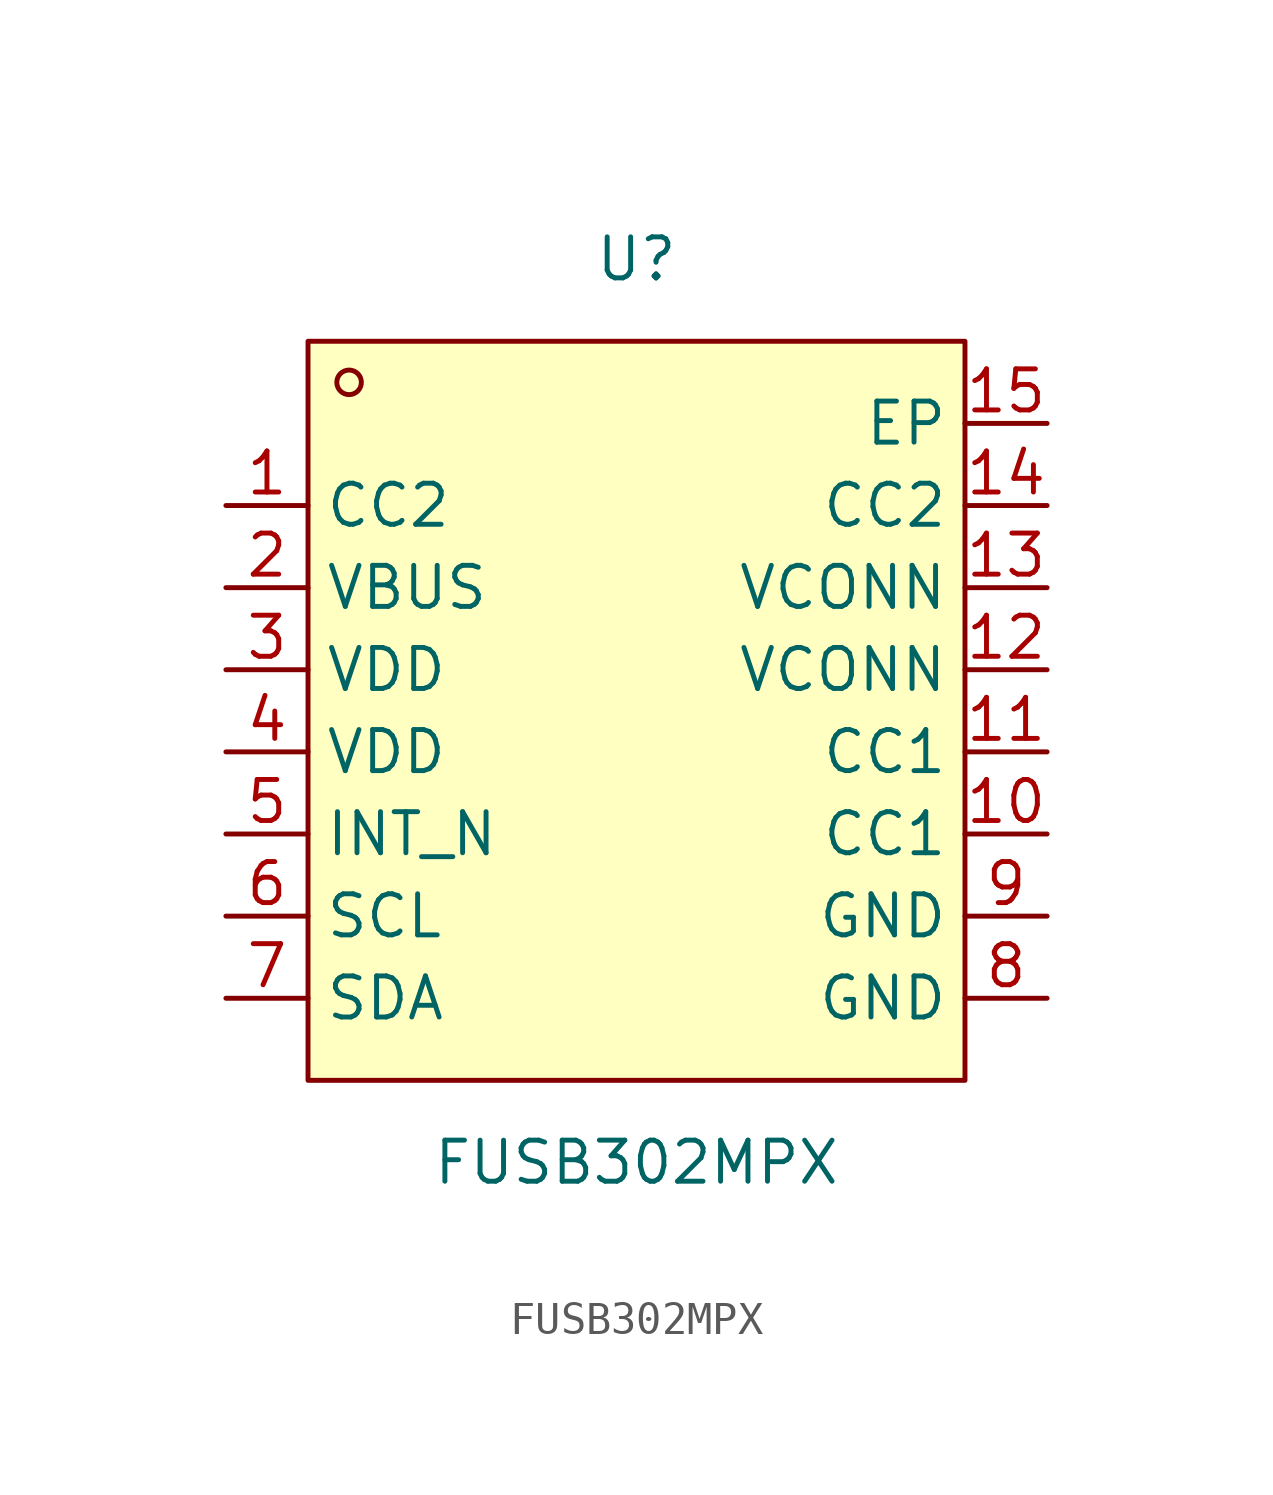
<source format=kicad_sym>
(kicad_symbol_lib
  (version 20211014)
  (generator https://github.com/uPesy/easyeda2kicad.py)
  (symbol "FUSB302MPX"
    (property "Reference" "U"
      (at 0 13.97 0)
      (effects (font (size 1.27 1.27))))
    (property "Value" "FUSB302MPX"
      (at 0 -13.97 0)
      (effects (font (size 1.27 1.27))))
    (symbol "FUSB302MPX_0_1"
      (rectangle (start -10.16 11.43) (end 10.16 -11.43) (stroke (width 0) (type default) (color 0 0 0 0)) (fill (type background)))
      (circle (center -8.89 10.16) (radius 0.38) (stroke (width 0) (type default) (color 0 0 0 0)) (fill (type none)))
      (pin unspecified line (at -12.70 6.35 0) (length 2.54) (name "CC2" (effects (font (size 1.27 1.27)))) (number "1" (effects (font (size 1.27 1.27)))))
      (pin unspecified line (at -12.70 3.81 0) (length 2.54) (name "VBUS" (effects (font (size 1.27 1.27)))) (number "2" (effects (font (size 1.27 1.27)))))
      (pin unspecified line (at -12.70 1.27 0) (length 2.54) (name "VDD" (effects (font (size 1.27 1.27)))) (number "3" (effects (font (size 1.27 1.27)))))
      (pin unspecified line (at -12.70 -1.27 0) (length 2.54) (name "VDD" (effects (font (size 1.27 1.27)))) (number "4" (effects (font (size 1.27 1.27)))))
      (pin unspecified line (at -12.70 -3.81 0) (length 2.54) (name "INT_N" (effects (font (size 1.27 1.27)))) (number "5" (effects (font (size 1.27 1.27)))))
      (pin unspecified line (at -12.70 -6.35 0) (length 2.54) (name "SCL" (effects (font (size 1.27 1.27)))) (number "6" (effects (font (size 1.27 1.27)))))
      (pin unspecified line (at -12.70 -8.89 0) (length 2.54) (name "SDA" (effects (font (size 1.27 1.27)))) (number "7" (effects (font (size 1.27 1.27)))))
      (pin unspecified line (at 12.70 -8.89 180) (length 2.54) (name "GND" (effects (font (size 1.27 1.27)))) (number "8" (effects (font (size 1.27 1.27)))))
      (pin unspecified line (at 12.70 -6.35 180) (length 2.54) (name "GND" (effects (font (size 1.27 1.27)))) (number "9" (effects (font (size 1.27 1.27)))))
      (pin unspecified line (at 12.70 -3.81 180) (length 2.54) (name "CC1" (effects (font (size 1.27 1.27)))) (number "10" (effects (font (size 1.27 1.27)))))
      (pin unspecified line (at 12.70 -1.27 180) (length 2.54) (name "CC1" (effects (font (size 1.27 1.27)))) (number "11" (effects (font (size 1.27 1.27)))))
      (pin unspecified line (at 12.70 1.27 180) (length 2.54) (name "VCONN" (effects (font (size 1.27 1.27)))) (number "12" (effects (font (size 1.27 1.27)))))
      (pin unspecified line (at 12.70 3.81 180) (length 2.54) (name "VCONN" (effects (font (size 1.27 1.27)))) (number "13" (effects (font (size 1.27 1.27)))))
      (pin unspecified line (at 12.70 6.35 180) (length 2.54) (name "CC2" (effects (font (size 1.27 1.27)))) (number "14" (effects (font (size 1.27 1.27)))))
      (pin unspecified line (at 12.70 8.89 180) (length 2.54) (name "EP" (effects (font (size 1.27 1.27)))) (number "15" (effects (font (size 1.27 1.27))))))))
</source>
